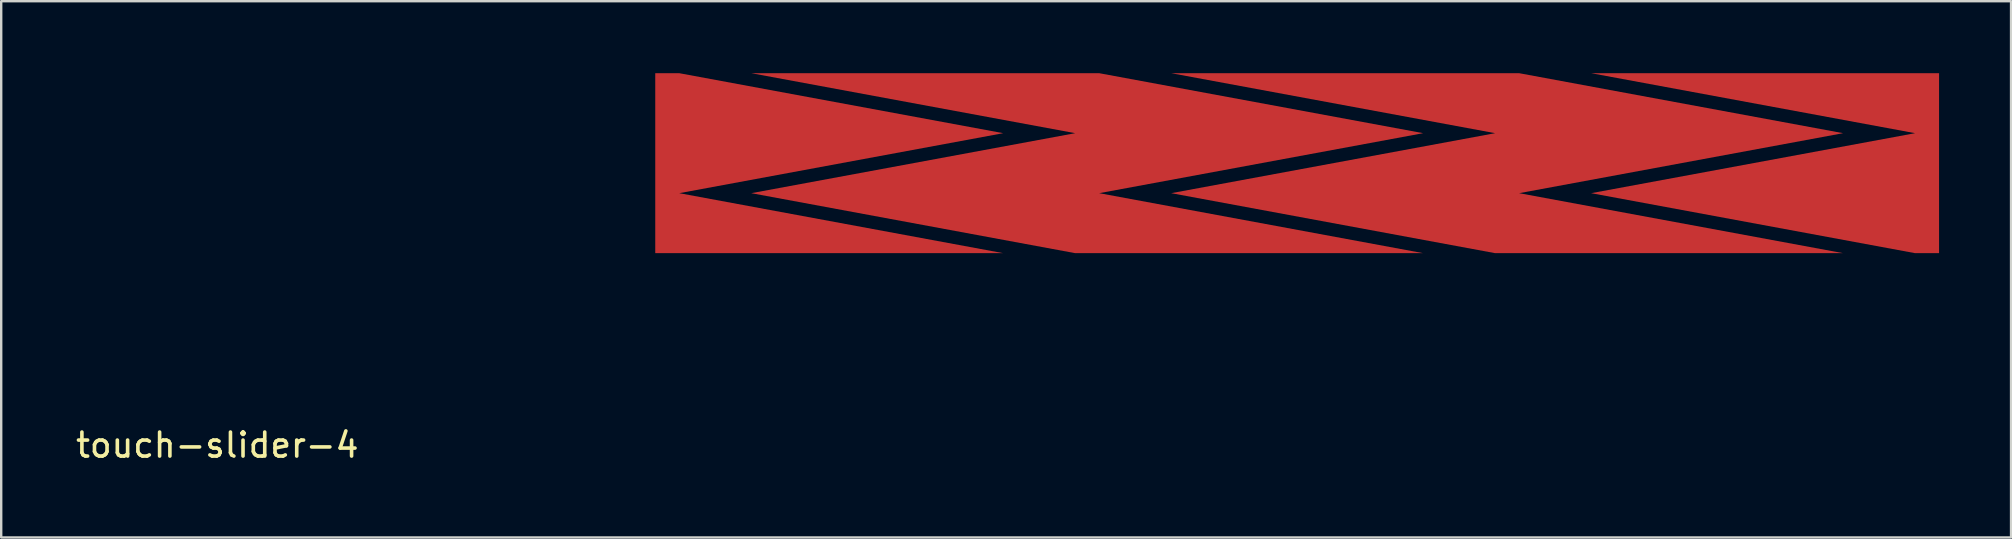
<source format=kicad_pcb>
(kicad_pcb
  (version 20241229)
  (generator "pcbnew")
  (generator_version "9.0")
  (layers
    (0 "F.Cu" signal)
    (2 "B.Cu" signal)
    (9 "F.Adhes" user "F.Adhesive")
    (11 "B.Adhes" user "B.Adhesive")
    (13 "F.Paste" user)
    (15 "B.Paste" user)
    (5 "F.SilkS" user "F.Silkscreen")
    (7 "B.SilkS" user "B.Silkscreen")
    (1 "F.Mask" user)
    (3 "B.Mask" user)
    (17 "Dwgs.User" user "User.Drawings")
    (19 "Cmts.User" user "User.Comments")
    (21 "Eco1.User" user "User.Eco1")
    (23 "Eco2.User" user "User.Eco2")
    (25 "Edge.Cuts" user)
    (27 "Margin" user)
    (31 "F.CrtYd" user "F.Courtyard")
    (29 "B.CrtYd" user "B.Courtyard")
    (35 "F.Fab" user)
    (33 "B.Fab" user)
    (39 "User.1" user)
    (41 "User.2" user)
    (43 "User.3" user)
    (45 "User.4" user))
  (footprint "touch-slider-4"
    (layer "F.Cu")
    (at 24.256 7.5)
    (property "Reference" "touch-slider-4" (at -18.25 8 0) (layer "F.SilkS") (effects (font (size 1 1) (thickness 0.15))))
    (attr through_hole)
    (pad "1" smd custom (at 1 -6.5) (size 1.524 1.524) (layers "F.Cu" "F.Mask" "F.Paste") (options (anchor circle)) (primitives (gr_poly (pts (xy -1 -1) (xy 0 -1) (xy 13.5 1.5) (xy 0 4) (xy 13.5 6.5) (xy -1 6.5)) (width 0) (fill yes))))
    (pad "2" smd custom (at 14.8 -6.7) (size 1.524 1.524) (layers "F.Cu" "F.Mask" "F.Paste") (options (anchor circle)) (primitives (gr_poly (pts (xy 2.7 -0.8) (xy 3.7 -0.8) (xy 17.2 1.7) (xy 3.7 4.2) (xy 17.2 6.7) (xy 2.7 6.7)) (width 0) (fill yes)) (gr_poly (pts (xy 3.7 6.7) (xy 2.7 6.7) (xy -10.8 4.2) (xy 2.7 1.7) (xy -10.8 -0.8) (xy 3.7 -0.8)) (width 0) (fill yes))))
    (pad "3" smd custom (at 36.2 -6.4) (size 1.524 1.524) (layers "F.Cu" "F.Mask" "F.Paste") (options (anchor circle)) (primitives (gr_poly (pts (xy -1.2 -1.1) (xy -0.2 -1.1) (xy 13.3 1.4) (xy -0.2 3.9) (xy 13.3 6.4) (xy -1.2 6.4)) (width 0) (fill yes)) (gr_poly (pts (xy -0.2 6.4) (xy -1.2 6.4) (xy -14.7 3.9) (xy -1.2 1.4) (xy -14.7 -1.1) (xy -0.2 -1.1)) (width 0) (fill yes))))
    (pad "4" smd custom (at 52.1 -6.7) (size 1.524 1.524) (layers "F.Cu" "F.Mask" "F.Paste") (options (anchor circle)) (primitives (gr_poly (pts (xy 1.4 6.7) (xy 0.4 6.7) (xy -13.1 4.2) (xy 0.4 1.7) (xy -13.1 -0.8) (xy 1.4 -0.8)) (width 0) (fill yes)))))
  (gr_rect
    (start -3 -3)
    (end 80.756 19.348)
    (stroke (width 0.1) (type default))
    (fill no)
    (layer "Edge.Cuts")))
</source>
